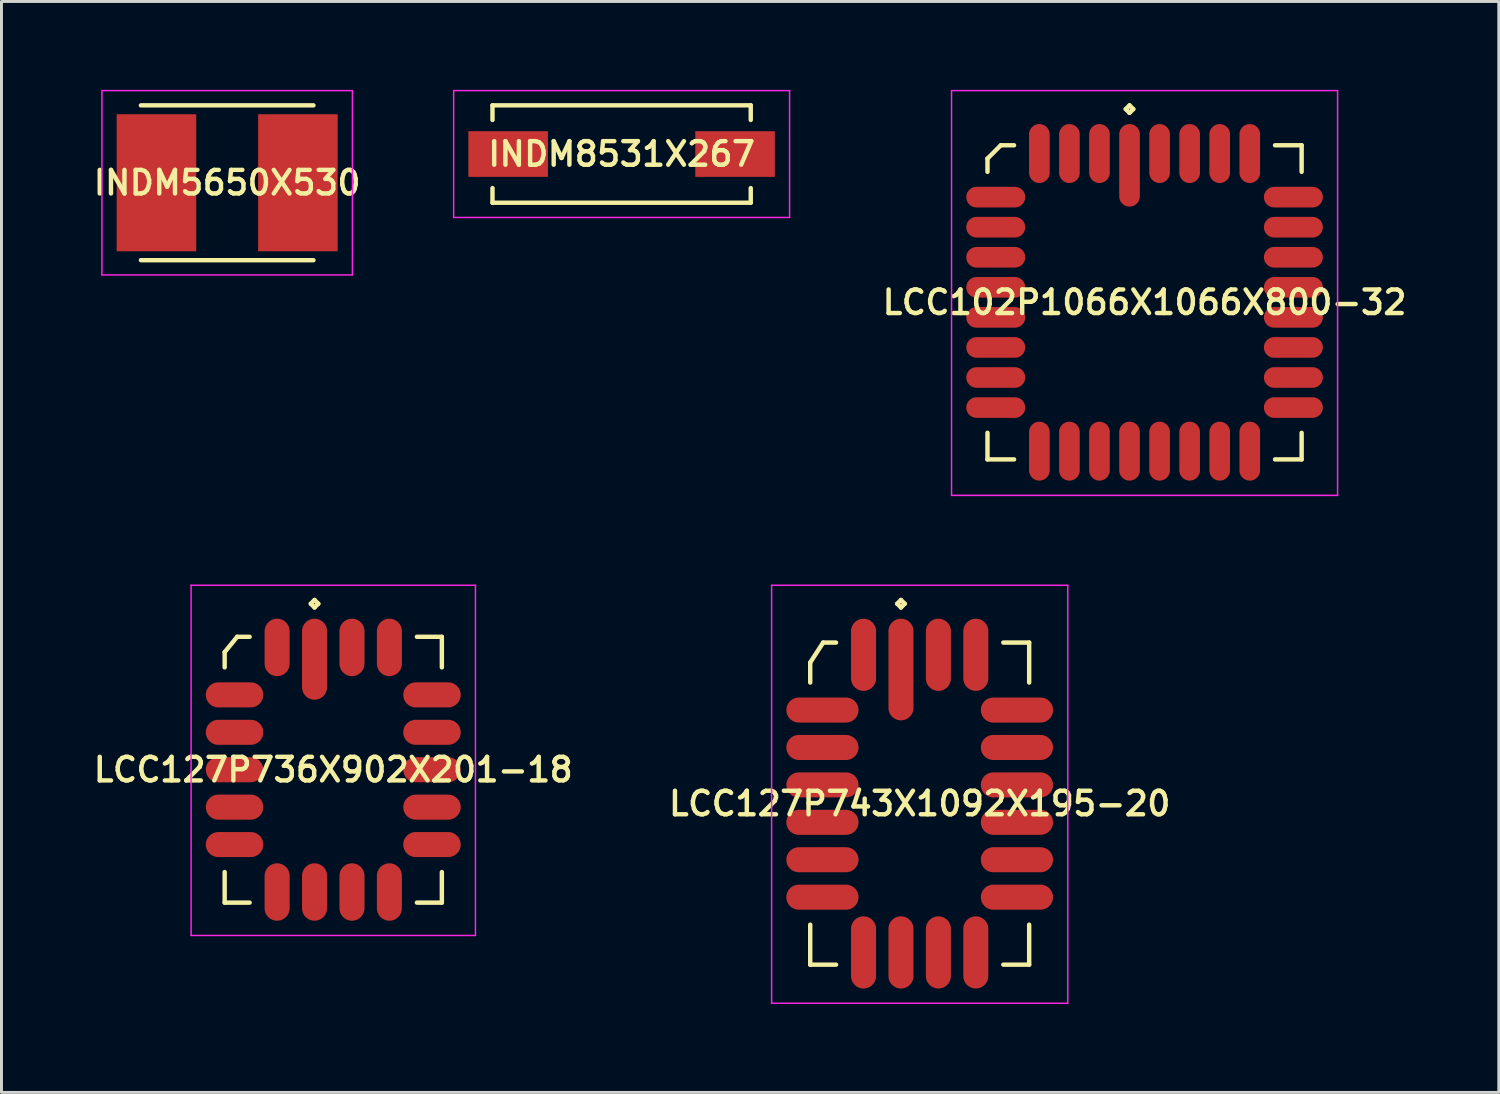
<source format=kicad_pcb>
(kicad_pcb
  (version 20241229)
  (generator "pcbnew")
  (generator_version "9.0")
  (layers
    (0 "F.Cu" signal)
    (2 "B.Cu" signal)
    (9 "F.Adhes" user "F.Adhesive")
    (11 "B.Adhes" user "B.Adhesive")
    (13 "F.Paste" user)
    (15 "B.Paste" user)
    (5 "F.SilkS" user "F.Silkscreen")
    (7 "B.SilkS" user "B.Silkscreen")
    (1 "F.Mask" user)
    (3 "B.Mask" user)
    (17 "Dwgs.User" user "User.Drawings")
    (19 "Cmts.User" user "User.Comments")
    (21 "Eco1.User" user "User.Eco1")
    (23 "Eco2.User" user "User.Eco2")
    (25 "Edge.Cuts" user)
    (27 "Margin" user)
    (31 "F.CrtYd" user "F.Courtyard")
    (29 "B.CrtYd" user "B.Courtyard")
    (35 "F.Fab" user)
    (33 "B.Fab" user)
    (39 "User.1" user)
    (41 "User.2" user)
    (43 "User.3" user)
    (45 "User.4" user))
  (footprint "INDM5650X530"
    (layer "F.Cu")
    (at 4.659 3.152)
    (property "Reference" "INDM5650X530" (at 0 0 0) (layer "F.SilkS") (effects (font (size 0.8 0.8) (thickness 0.15))))
    (attr smd)
    (fp_line (start -2.927 -2.627) (end 2.927 -2.627) (stroke (width 0.15) (type solid)) (layer "F.SilkS"))
    (fp_line (start -2.927 2.627) (end 2.927 2.627) (stroke (width 0.15) (type solid)) (layer "F.SilkS"))
    (fp_line (start -4.25 -3.127) (end 4.25 -3.127) (stroke (width 0.05) (type solid)) (layer "F.CrtYd"))
    (fp_line (start -4.25 3.127) (end -4.25 -3.127) (stroke (width 0.05) (type solid)) (layer "F.CrtYd"))
    (fp_line (start 4.25 -3.127) (end 4.25 3.127) (stroke (width 0.05) (type solid)) (layer "F.CrtYd"))
    (fp_line (start 4.25 3.127) (end -4.25 3.127) (stroke (width 0.05) (type solid)) (layer "F.CrtYd"))
    (pad "1" smd rect (at -2.4 0) (size 2.7 4.65) (layers "F.Cu" "F.Mask" "F.Paste"))
    (pad "2" smd rect (at 2.4 0) (size 2.7 4.65) (layers "F.Cu" "F.Mask" "F.Paste")))
  (footprint "LCC102P1066X1066X800-32"
    (layer "F.Cu")
    (at 35.79 7.21)
    (property "Reference" "LCC102P1066X1066X800-32" (at 0 0 0) (layer "F.SilkS") (effects (font (size 0.8 0.8) (thickness 0.15))))
    (attr smd)
    (fp_line (start -5.33 -4.879) (end -4.879 -5.33) (stroke (width 0.15) (type solid)) (layer "F.SilkS"))
    (fp_line (start -5.33 -4.428) (end -5.33 -4.879) (stroke (width 0.15) (type solid)) (layer "F.SilkS"))
    (fp_line (start -5.33 4.428) (end -5.33 5.33) (stroke (width 0.15) (type solid)) (layer "F.SilkS"))
    (fp_line (start -5.33 5.33) (end -4.428 5.33) (stroke (width 0.15) (type solid)) (layer "F.SilkS"))
    (fp_line (start -4.879 -5.33) (end -4.428 -5.33) (stroke (width 0.15) (type solid)) (layer "F.SilkS"))
    (fp_line (start -0.637 -6.558) (end -0.51 -6.685) (stroke (width 0.15) (type solid)) (layer "F.SilkS"))
    (fp_line (start -0.51 -6.685) (end -0.383 -6.558) (stroke (width 0.15) (type solid)) (layer "F.SilkS"))
    (fp_line (start -0.51 -6.431) (end -0.637 -6.558) (stroke (width 0.15) (type solid)) (layer "F.SilkS"))
    (fp_line (start -0.383 -6.558) (end -0.51 -6.431) (stroke (width 0.15) (type solid)) (layer "F.SilkS"))
    (fp_line (start 5.33 -5.33) (end 4.428 -5.33) (stroke (width 0.15) (type solid)) (layer "F.SilkS"))
    (fp_line (start 5.33 -4.428) (end 5.33 -5.33) (stroke (width 0.15) (type solid)) (layer "F.SilkS"))
    (fp_line (start 5.33 4.428) (end 5.33 5.33) (stroke (width 0.15) (type solid)) (layer "F.SilkS"))
    (fp_line (start 5.33 5.33) (end 4.428 5.33) (stroke (width 0.15) (type solid)) (layer "F.SilkS"))
    (fp_line (start -6.55 -7.185) (end 6.55 -7.185) (stroke (width 0.05) (type solid)) (layer "F.CrtYd"))
    (fp_line (start -6.55 6.55) (end -6.55 -7.185) (stroke (width 0.05) (type solid)) (layer "F.CrtYd"))
    (fp_line (start 6.55 -7.185) (end 6.55 6.55) (stroke (width 0.05) (type solid)) (layer "F.CrtYd"))
    (fp_line (start 6.55 6.55) (end -6.55 6.55) (stroke (width 0.05) (type solid)) (layer "F.CrtYd"))
    (pad "1" smd oval (at -0.51 -4.65) (size 0.7 2.8) (layers "F.Cu" "F.Mask" "F.Paste"))
    (pad "2" smd oval (at -1.53 -5.05) (size 0.7 2) (layers "F.Cu" "F.Mask" "F.Paste"))
    (pad "3" smd oval (at -2.55 -5.05) (size 0.7 2) (layers "F.Cu" "F.Mask" "F.Paste"))
    (pad "4" smd oval (at -3.57 -5.05) (size 0.7 2) (layers "F.Cu" "F.Mask" "F.Paste"))
    (pad "5" smd oval (at -5.05 -3.57) (size 2 0.7) (layers "F.Cu" "F.Mask" "F.Paste"))
    (pad "6" smd oval (at -5.05 -2.55) (size 2 0.7) (layers "F.Cu" "F.Mask" "F.Paste"))
    (pad "7" smd oval (at -5.05 -1.53) (size 2 0.7) (layers "F.Cu" "F.Mask" "F.Paste"))
    (pad "8" smd oval (at -5.05 -0.51) (size 2 0.7) (layers "F.Cu" "F.Mask" "F.Paste"))
    (pad "9" smd oval (at -5.05 0.51) (size 2 0.7) (layers "F.Cu" "F.Mask" "F.Paste"))
    (pad "10" smd oval (at -5.05 1.53) (size 2 0.7) (layers "F.Cu" "F.Mask" "F.Paste"))
    (pad "11" smd oval (at -5.05 2.55) (size 2 0.7) (layers "F.Cu" "F.Mask" "F.Paste"))
    (pad "12" smd oval (at -5.05 3.57) (size 2 0.7) (layers "F.Cu" "F.Mask" "F.Paste"))
    (pad "13" smd oval (at -3.57 5.05) (size 0.7 2) (layers "F.Cu" "F.Mask" "F.Paste"))
    (pad "14" smd oval (at -2.55 5.05) (size 0.7 2) (layers "F.Cu" "F.Mask" "F.Paste"))
    (pad "15" smd oval (at -1.53 5.05) (size 0.7 2) (layers "F.Cu" "F.Mask" "F.Paste"))
    (pad "16" smd oval (at -0.51 5.05) (size 0.7 2) (layers "F.Cu" "F.Mask" "F.Paste"))
    (pad "17" smd oval (at 0.51 5.05) (size 0.7 2) (layers "F.Cu" "F.Mask" "F.Paste"))
    (pad "18" smd oval (at 1.53 5.05) (size 0.7 2) (layers "F.Cu" "F.Mask" "F.Paste"))
    (pad "19" smd oval (at 2.55 5.05) (size 0.7 2) (layers "F.Cu" "F.Mask" "F.Paste"))
    (pad "20" smd oval (at 3.57 5.05) (size 0.7 2) (layers "F.Cu" "F.Mask" "F.Paste"))
    (pad "21" smd oval (at 5.05 3.57) (size 2 0.7) (layers "F.Cu" "F.Mask" "F.Paste"))
    (pad "22" smd oval (at 5.05 2.55) (size 2 0.7) (layers "F.Cu" "F.Mask" "F.Paste"))
    (pad "23" smd oval (at 5.05 1.53) (size 2 0.7) (layers "F.Cu" "F.Mask" "F.Paste"))
    (pad "24" smd oval (at 5.05 0.51) (size 2 0.7) (layers "F.Cu" "F.Mask" "F.Paste"))
    (pad "25" smd oval (at 5.05 -0.51) (size 2 0.7) (layers "F.Cu" "F.Mask" "F.Paste"))
    (pad "26" smd oval (at 5.05 -1.53) (size 2 0.7) (layers "F.Cu" "F.Mask" "F.Paste"))
    (pad "27" smd oval (at 5.05 -2.55) (size 2 0.7) (layers "F.Cu" "F.Mask" "F.Paste"))
    (pad "28" smd oval (at 5.05 -3.57) (size 2 0.7) (layers "F.Cu" "F.Mask" "F.Paste"))
    (pad "29" smd oval (at 3.57 -5.05) (size 0.7 2) (layers "F.Cu" "F.Mask" "F.Paste"))
    (pad "30" smd oval (at 2.55 -5.05) (size 0.7 2) (layers "F.Cu" "F.Mask" "F.Paste"))
    (pad "31" smd oval (at 1.53 -5.05) (size 0.7 2) (layers "F.Cu" "F.Mask" "F.Paste"))
    (pad "32" smd oval (at 0.51 -5.05) (size 0.7 2) (layers "F.Cu" "F.Mask" "F.Paste")))
  (footprint "LCC127P736X902X201-18"
    (layer "F.Cu")
    (at 8.259 23.07)
    (property "Reference" "LCC127P736X902X201-18" (at 0 0 0) (layer "F.SilkS") (effects (font (size 0.8 0.8) (thickness 0.15))))
    (attr smd)
    (fp_line (start -3.685 -3.991) (end -3.261 -4.51) (stroke (width 0.15) (type solid)) (layer "F.SilkS"))
    (fp_line (start -3.685 -3.473) (end -3.685 -3.991) (stroke (width 0.15) (type solid)) (layer "F.SilkS"))
    (fp_line (start -3.685 3.473) (end -3.685 4.51) (stroke (width 0.15) (type solid)) (layer "F.SilkS"))
    (fp_line (start -3.685 4.51) (end -2.838 4.51) (stroke (width 0.15) (type solid)) (layer "F.SilkS"))
    (fp_line (start -3.261 -4.51) (end -2.838 -4.51) (stroke (width 0.15) (type solid)) (layer "F.SilkS"))
    (fp_line (start -0.762 -5.633) (end -0.635 -5.76) (stroke (width 0.15) (type solid)) (layer "F.SilkS"))
    (fp_line (start -0.635 -5.76) (end -0.508 -5.633) (stroke (width 0.15) (type solid)) (layer "F.SilkS"))
    (fp_line (start -0.635 -5.506) (end -0.762 -5.633) (stroke (width 0.15) (type solid)) (layer "F.SilkS"))
    (fp_line (start -0.508 -5.633) (end -0.635 -5.506) (stroke (width 0.15) (type solid)) (layer "F.SilkS"))
    (fp_line (start 3.685 -4.51) (end 2.838 -4.51) (stroke (width 0.15) (type solid)) (layer "F.SilkS"))
    (fp_line (start 3.685 -3.473) (end 3.685 -4.51) (stroke (width 0.15) (type solid)) (layer "F.SilkS"))
    (fp_line (start 3.685 3.473) (end 3.685 4.51) (stroke (width 0.15) (type solid)) (layer "F.SilkS"))
    (fp_line (start 3.685 4.51) (end 2.838 4.51) (stroke (width 0.15) (type solid)) (layer "F.SilkS"))
    (fp_line (start -4.825 -6.26) (end 4.825 -6.26) (stroke (width 0.05) (type solid)) (layer "F.CrtYd"))
    (fp_line (start -4.825 5.625) (end -4.825 -6.26) (stroke (width 0.05) (type solid)) (layer "F.CrtYd"))
    (fp_line (start 4.825 -6.26) (end 4.825 5.625) (stroke (width 0.05) (type solid)) (layer "F.CrtYd"))
    (fp_line (start 4.825 5.625) (end -4.825 5.625) (stroke (width 0.05) (type solid)) (layer "F.CrtYd"))
    (pad "1" smd oval (at -0.635 -3.75) (size 0.85 2.75) (layers "F.Cu" "F.Mask" "F.Paste"))
    (pad "2" smd oval (at -1.905 -4.15) (size 0.85 1.95) (layers "F.Cu" "F.Mask" "F.Paste"))
    (pad "3" smd oval (at -3.35 -2.54) (size 1.95 0.85) (layers "F.Cu" "F.Mask" "F.Paste"))
    (pad "4" smd oval (at -3.35 -1.27) (size 1.95 0.85) (layers "F.Cu" "F.Mask" "F.Paste"))
    (pad "5" smd oval (at -3.35 0) (size 1.95 0.85) (layers "F.Cu" "F.Mask" "F.Paste"))
    (pad "6" smd oval (at -3.35 1.27) (size 1.95 0.85) (layers "F.Cu" "F.Mask" "F.Paste"))
    (pad "7" smd oval (at -3.35 2.54) (size 1.95 0.85) (layers "F.Cu" "F.Mask" "F.Paste"))
    (pad "8" smd oval (at -1.905 4.15) (size 0.85 1.95) (layers "F.Cu" "F.Mask" "F.Paste"))
    (pad "9" smd oval (at -0.635 4.15) (size 0.85 1.95) (layers "F.Cu" "F.Mask" "F.Paste"))
    (pad "10" smd oval (at 0.635 4.15) (size 0.85 1.95) (layers "F.Cu" "F.Mask" "F.Paste"))
    (pad "11" smd oval (at 1.905 4.15) (size 0.85 1.95) (layers "F.Cu" "F.Mask" "F.Paste"))
    (pad "12" smd oval (at 3.35 2.54) (size 1.95 0.85) (layers "F.Cu" "F.Mask" "F.Paste"))
    (pad "13" smd oval (at 3.35 1.27) (size 1.95 0.85) (layers "F.Cu" "F.Mask" "F.Paste"))
    (pad "14" smd oval (at 3.35 0) (size 1.95 0.85) (layers "F.Cu" "F.Mask" "F.Paste"))
    (pad "15" smd oval (at 3.35 -1.27) (size 1.95 0.85) (layers "F.Cu" "F.Mask" "F.Paste"))
    (pad "16" smd oval (at 3.35 -2.54) (size 1.95 0.85) (layers "F.Cu" "F.Mask" "F.Paste"))
    (pad "17" smd oval (at 1.905 -4.15) (size 0.85 1.95) (layers "F.Cu" "F.Mask" "F.Paste"))
    (pad "18" smd oval (at 0.635 -4.15) (size 0.85 1.95) (layers "F.Cu" "F.Mask" "F.Paste")))
  (footprint "INDM8531X267"
    (layer "F.Cu")
    (at 18.044 2.177)
    (property "Reference" "INDM8531X267" (at 0 0 0) (layer "F.SilkS") (effects (font (size 0.8 0.8) (thickness 0.15))))
    (attr smd)
    (fp_line (start -4.382 -1.652) (end 4.382 -1.652) (stroke (width 0.15) (type solid)) (layer "F.SilkS"))
    (fp_line (start -4.382 -1.156) (end -4.382 -1.652) (stroke (width 0.15) (type solid)) (layer "F.SilkS"))
    (fp_line (start -4.382 1.156) (end -4.382 1.652) (stroke (width 0.15) (type solid)) (layer "F.SilkS"))
    (fp_line (start -4.382 1.652) (end 4.382 1.652) (stroke (width 0.15) (type solid)) (layer "F.SilkS"))
    (fp_line (start 4.382 -1.652) (end 4.382 -1.156) (stroke (width 0.15) (type solid)) (layer "F.SilkS"))
    (fp_line (start 4.382 1.652) (end 4.382 1.156) (stroke (width 0.15) (type solid)) (layer "F.SilkS"))
    (fp_line (start -5.7 -2.152) (end 5.7 -2.152) (stroke (width 0.05) (type solid)) (layer "F.CrtYd"))
    (fp_line (start -5.7 2.152) (end -5.7 -2.152) (stroke (width 0.05) (type solid)) (layer "F.CrtYd"))
    (fp_line (start 5.7 -2.152) (end 5.7 2.152) (stroke (width 0.05) (type solid)) (layer "F.CrtYd"))
    (fp_line (start 5.7 2.152) (end -5.7 2.152) (stroke (width 0.05) (type solid)) (layer "F.CrtYd"))
    (pad "1" smd rect (at -3.85 0) (size 2.7 1.55) (layers "F.Cu" "F.Mask" "F.Paste"))
    (pad "2" smd rect (at 3.85 0) (size 2.7 1.55) (layers "F.Cu" "F.Mask" "F.Paste")))
  (footprint "LCC127P743X1092X195-20"
    (layer "F.Cu")
    (at 28.159 24.22)
    (property "Reference" "LCC127P743X1092X195-20" (at 0 0 0) (layer "F.SilkS") (effects (font (size 0.8 0.8) (thickness 0.15))))
    (attr smd)
    (fp_line (start -3.715 -4.787) (end -3.276 -5.465) (stroke (width 0.15) (type solid)) (layer "F.SilkS"))
    (fp_line (start -3.715 -4.108) (end -3.715 -4.787) (stroke (width 0.15) (type solid)) (layer "F.SilkS"))
    (fp_line (start -3.715 4.108) (end -3.715 5.465) (stroke (width 0.15) (type solid)) (layer "F.SilkS"))
    (fp_line (start -3.715 5.465) (end -2.838 5.465) (stroke (width 0.15) (type solid)) (layer "F.SilkS"))
    (fp_line (start -3.276 -5.465) (end -2.838 -5.465) (stroke (width 0.15) (type solid)) (layer "F.SilkS"))
    (fp_line (start -0.762 -6.783) (end -0.635 -6.91) (stroke (width 0.15) (type solid)) (layer "F.SilkS"))
    (fp_line (start -0.635 -6.91) (end -0.508 -6.783) (stroke (width 0.15) (type solid)) (layer "F.SilkS"))
    (fp_line (start -0.635 -6.656) (end -0.762 -6.783) (stroke (width 0.15) (type solid)) (layer "F.SilkS"))
    (fp_line (start -0.508 -6.783) (end -0.635 -6.656) (stroke (width 0.15) (type solid)) (layer "F.SilkS"))
    (fp_line (start 3.715 -5.465) (end 2.838 -5.465) (stroke (width 0.15) (type solid)) (layer "F.SilkS"))
    (fp_line (start 3.715 -4.108) (end 3.715 -5.465) (stroke (width 0.15) (type solid)) (layer "F.SilkS"))
    (fp_line (start 3.715 4.108) (end 3.715 5.465) (stroke (width 0.15) (type solid)) (layer "F.SilkS"))
    (fp_line (start 3.715 5.465) (end 2.838 5.465) (stroke (width 0.15) (type solid)) (layer "F.SilkS"))
    (fp_line (start -5.025 -7.41) (end 5.025 -7.41) (stroke (width 0.05) (type solid)) (layer "F.CrtYd"))
    (fp_line (start -5.025 6.775) (end -5.025 -7.41) (stroke (width 0.05) (type solid)) (layer "F.CrtYd"))
    (fp_line (start 5.025 -7.41) (end 5.025 6.775) (stroke (width 0.05) (type solid)) (layer "F.CrtYd"))
    (fp_line (start 5.025 6.775) (end -5.025 6.775) (stroke (width 0.05) (type solid)) (layer "F.CrtYd"))
    (pad "1" smd oval (at -0.635 -4.55) (size 0.85 3.45) (layers "F.Cu" "F.Mask" "F.Paste"))
    (pad "2" smd oval (at -1.905 -5.05) (size 0.85 2.45) (layers "F.Cu" "F.Mask" "F.Paste"))
    (pad "3" smd oval (at -3.3 -3.175) (size 2.45 0.85) (layers "F.Cu" "F.Mask" "F.Paste"))
    (pad "4" smd oval (at -3.3 -1.905) (size 2.45 0.85) (layers "F.Cu" "F.Mask" "F.Paste"))
    (pad "5" smd oval (at -3.3 -0.635) (size 2.45 0.85) (layers "F.Cu" "F.Mask" "F.Paste"))
    (pad "6" smd oval (at -3.3 0.635) (size 2.45 0.85) (layers "F.Cu" "F.Mask" "F.Paste"))
    (pad "7" smd oval (at -3.3 1.905) (size 2.45 0.85) (layers "F.Cu" "F.Mask" "F.Paste"))
    (pad "8" smd oval (at -3.3 3.175) (size 2.45 0.85) (layers "F.Cu" "F.Mask" "F.Paste"))
    (pad "9" smd oval (at -1.905 5.05) (size 0.85 2.45) (layers "F.Cu" "F.Mask" "F.Paste"))
    (pad "10" smd oval (at -0.635 5.05) (size 0.85 2.45) (layers "F.Cu" "F.Mask" "F.Paste"))
    (pad "11" smd oval (at 0.635 5.05) (size 0.85 2.45) (layers "F.Cu" "F.Mask" "F.Paste"))
    (pad "12" smd oval (at 1.905 5.05) (size 0.85 2.45) (layers "F.Cu" "F.Mask" "F.Paste"))
    (pad "13" smd oval (at 3.3 3.175) (size 2.45 0.85) (layers "F.Cu" "F.Mask" "F.Paste"))
    (pad "14" smd oval (at 3.3 1.905) (size 2.45 0.85) (layers "F.Cu" "F.Mask" "F.Paste"))
    (pad "15" smd oval (at 3.3 0.635) (size 2.45 0.85) (layers "F.Cu" "F.Mask" "F.Paste"))
    (pad "16" smd oval (at 3.3 -0.635) (size 2.45 0.85) (layers "F.Cu" "F.Mask" "F.Paste"))
    (pad "17" smd oval (at 3.3 -1.905) (size 2.45 0.85) (layers "F.Cu" "F.Mask" "F.Paste"))
    (pad "18" smd oval (at 3.3 -3.175) (size 2.45 0.85) (layers "F.Cu" "F.Mask" "F.Paste"))
    (pad "19" smd oval (at 1.905 -5.05) (size 0.85 2.45) (layers "F.Cu" "F.Mask" "F.Paste"))
    (pad "20" smd oval (at 0.635 -5.05) (size 0.85 2.45) (layers "F.Cu" "F.Mask" "F.Paste")))
  (gr_rect
    (start -3 -3)
    (end 47.811 34.02)
    (stroke (width 0.1) (type default))
    (fill no)
    (layer "Edge.Cuts")))
</source>
